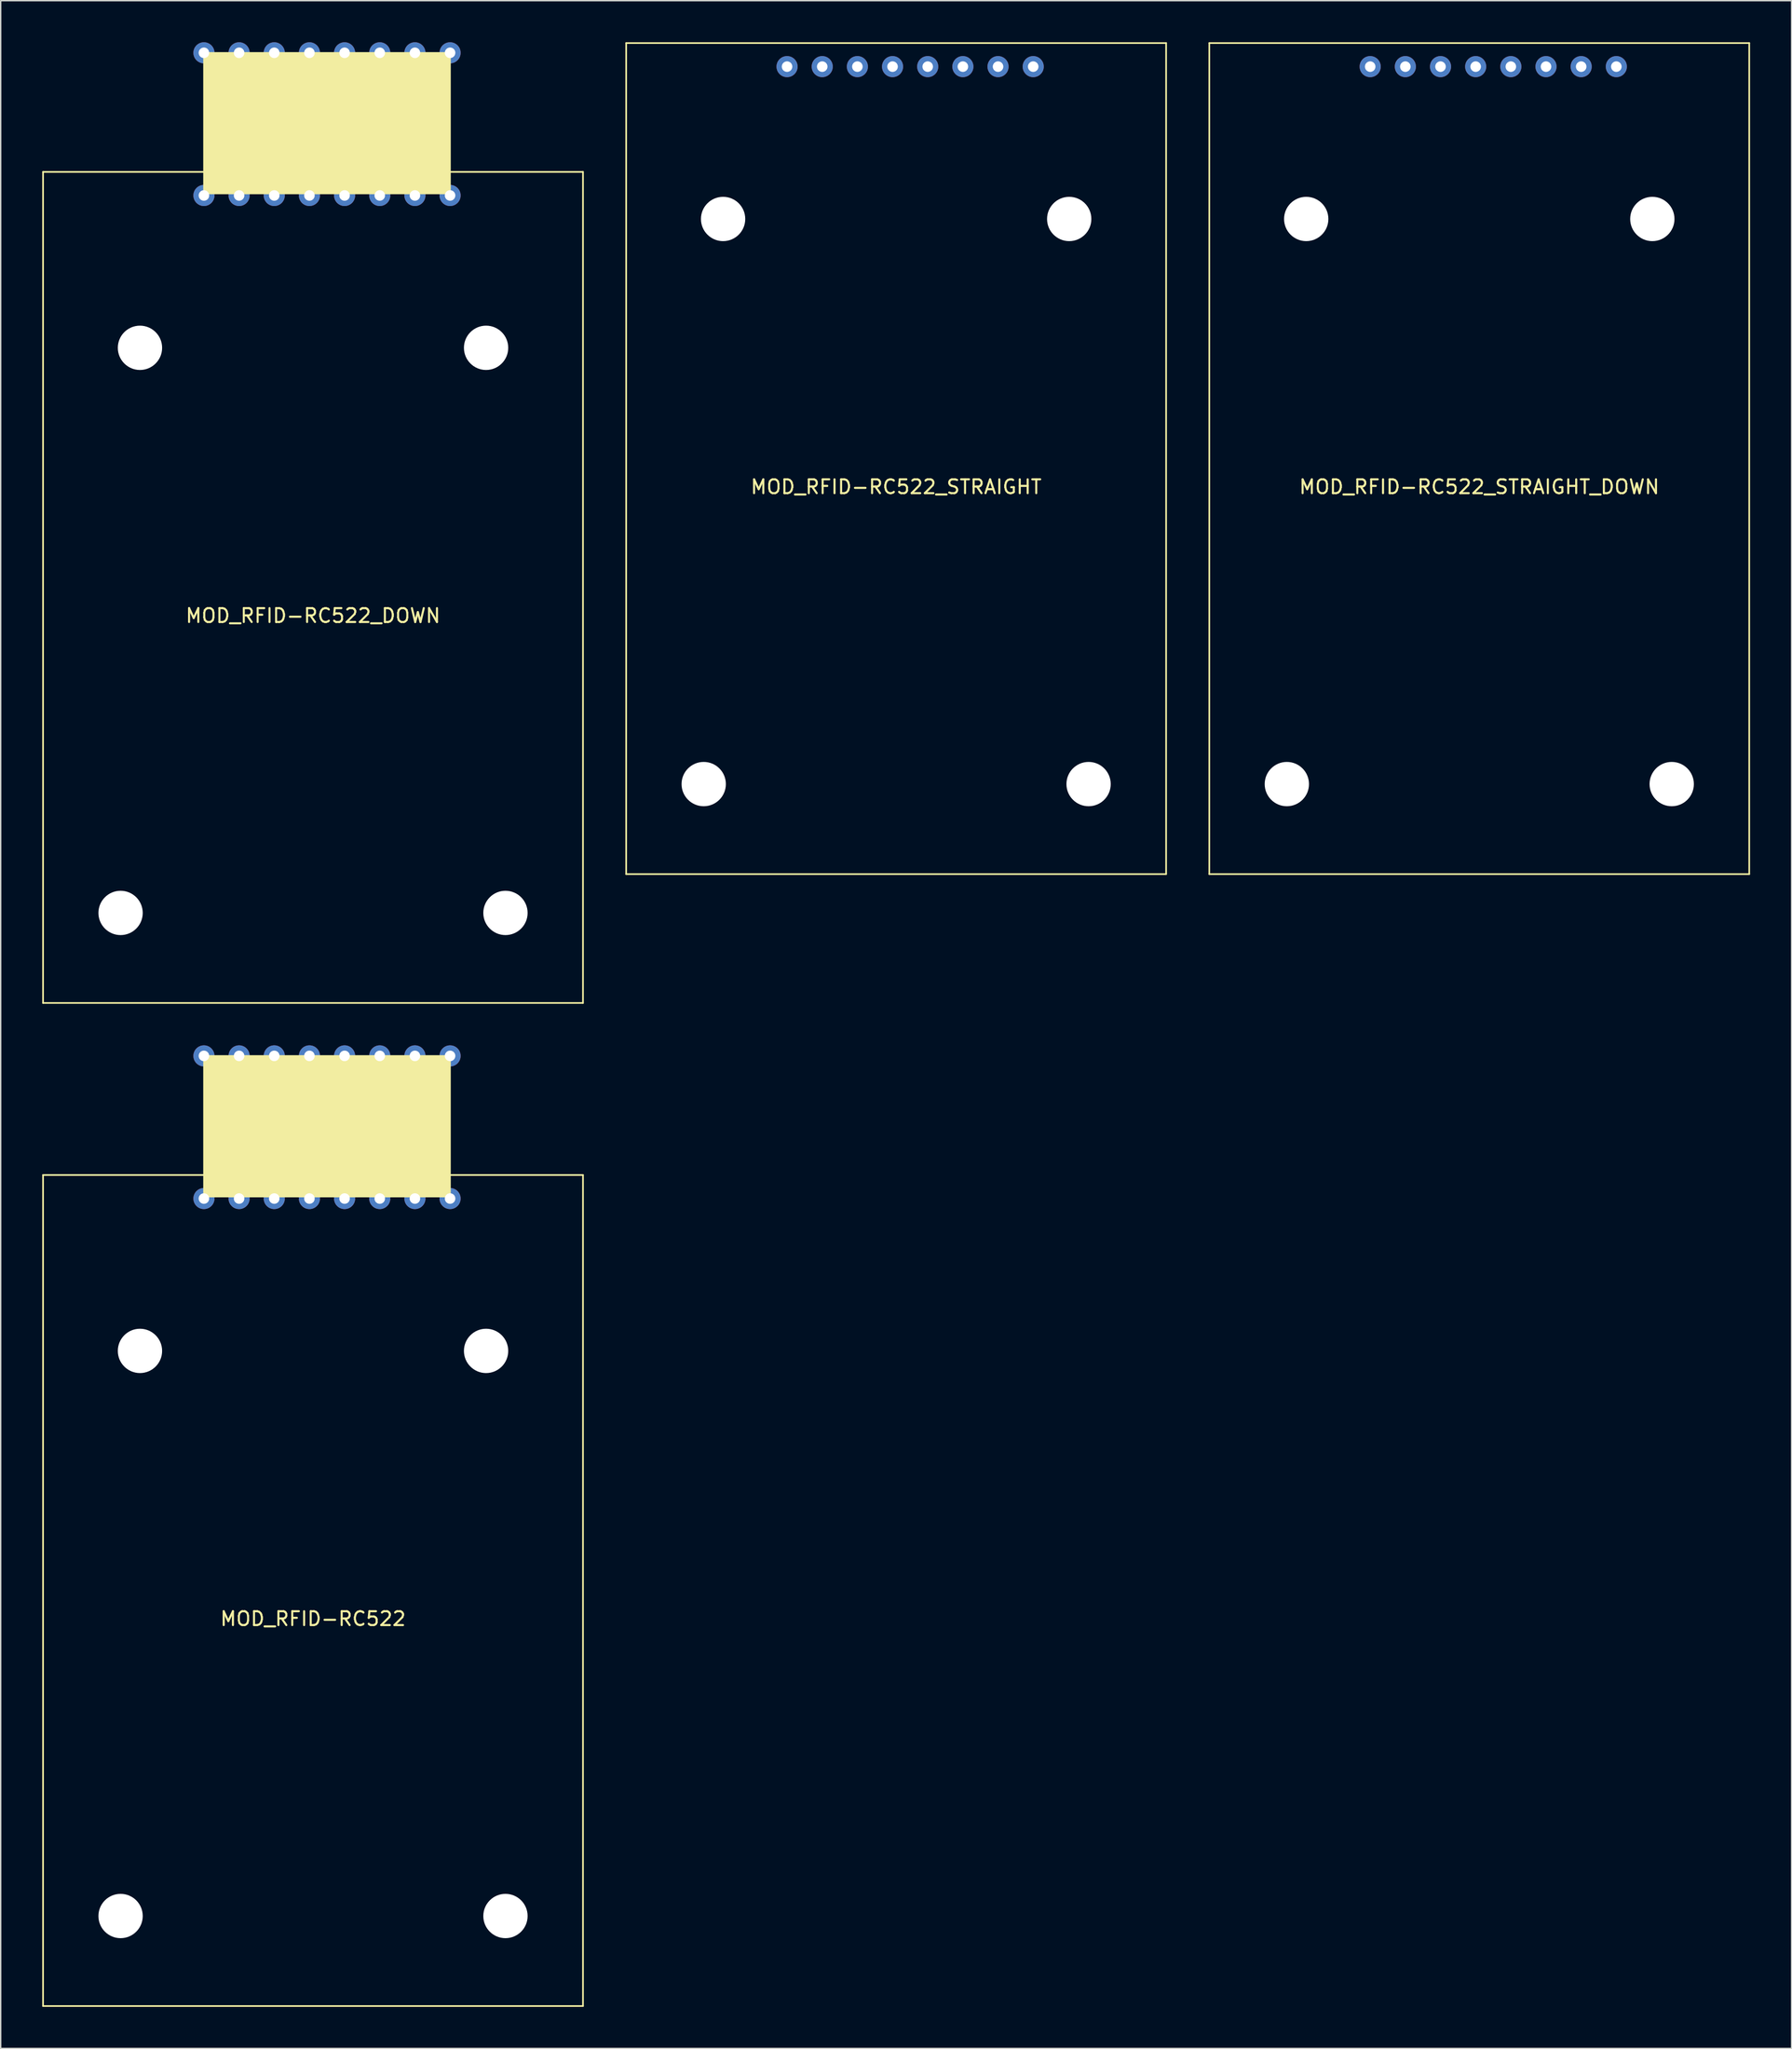
<source format=kicad_pcb>
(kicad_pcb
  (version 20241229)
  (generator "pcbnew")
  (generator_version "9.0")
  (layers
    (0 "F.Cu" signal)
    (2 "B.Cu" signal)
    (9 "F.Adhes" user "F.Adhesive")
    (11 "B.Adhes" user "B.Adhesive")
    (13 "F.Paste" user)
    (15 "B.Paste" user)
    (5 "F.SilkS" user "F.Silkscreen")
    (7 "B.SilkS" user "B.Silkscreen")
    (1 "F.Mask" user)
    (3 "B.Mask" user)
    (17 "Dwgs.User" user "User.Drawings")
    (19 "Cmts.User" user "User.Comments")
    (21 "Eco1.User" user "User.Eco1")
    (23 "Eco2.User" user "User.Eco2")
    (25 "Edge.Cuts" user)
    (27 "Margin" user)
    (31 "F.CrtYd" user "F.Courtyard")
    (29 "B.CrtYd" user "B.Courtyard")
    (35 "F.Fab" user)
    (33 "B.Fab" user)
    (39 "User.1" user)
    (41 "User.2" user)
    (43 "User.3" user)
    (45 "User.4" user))
  (footprint "MOD_RFID-RC522_STRAIGHT"
    (layer "F.Cu")
    (at 61.68 30.06)
    (property "Reference" "MOD_RFID-RC522_STRAIGHT" (at 0 2.04 0) (layer "F.SilkS") (effects (font (size 1 1) (thickness 0.15))))
    (attr through_hole)
    (fp_line (start -19.5 -30) (end 19.5 -30) (stroke (width 0.12) (type solid)) (layer "F.SilkS"))
    (fp_line (start -19.5 30) (end -19.5 -30) (stroke (width 0.12) (type solid)) (layer "F.SilkS"))
    (fp_line (start 19.5 -30) (end 19.5 30) (stroke (width 0.12) (type solid)) (layer "F.SilkS"))
    (fp_line (start 19.5 30) (end -19.5 30) (stroke (width 0.12) (type solid)) (layer "F.SilkS"))
    (pad "" np_thru_hole circle (at -13.9 23.5) (size 3.2 3.2) (drill 3.2) (layers "*.Cu" "*.Mask"))
    (pad "" np_thru_hole circle (at -12.5 -17.3) (size 3.2 3.2) (drill 3.2) (layers "*.Cu" "*.Mask"))
    (pad "" np_thru_hole circle (at 12.5 -17.3) (size 3.2 3.2) (drill 3.2) (layers "*.Cu" "*.Mask"))
    (pad "" np_thru_hole circle (at 13.9 23.5) (size 3.2 3.2) (drill 3.2) (layers "*.Cu" "*.Mask"))
    (pad "1" thru_hole circle (at 9.9 -28.3) (size 1.524 1.524) (drill 0.762) (layers "*.Cu" "*.Mask"))
    (pad "2" thru_hole circle (at 7.36 -28.3) (size 1.524 1.524) (drill 0.762) (layers "*.Cu" "*.Mask"))
    (pad "3" thru_hole circle (at 4.82 -28.3) (size 1.524 1.524) (drill 0.762) (layers "*.Cu" "*.Mask"))
    (pad "4" thru_hole circle (at 2.28 -28.3) (size 1.524 1.524) (drill 0.762) (layers "*.Cu" "*.Mask"))
    (pad "5" thru_hole circle (at -0.26 -28.3) (size 1.524 1.524) (drill 0.762) (layers "*.Cu" "*.Mask"))
    (pad "6" thru_hole circle (at -2.8 -28.3) (size 1.524 1.524) (drill 0.762) (layers "*.Cu" "*.Mask"))
    (pad "7" thru_hole circle (at -5.34 -28.3) (size 1.524 1.524) (drill 0.762) (layers "*.Cu" "*.Mask"))
    (pad "8" thru_hole circle (at -7.88 -28.3) (size 1.524 1.524) (drill 0.762) (layers "*.Cu" "*.Mask")))
  (footprint "MOD_RFID-RC522_STRAIGHT_DOWN"
    (layer "F.Cu")
    (at 103.8 30.06)
    (property "Reference" "MOD_RFID-RC522_STRAIGHT_DOWN" (at 0 2.04 0) (layer "F.SilkS") (effects (font (size 1 1) (thickness 0.15))))
    (attr through_hole)
    (fp_line (start -19.5 -30) (end 19.5 -30) (stroke (width 0.12) (type solid)) (layer "F.SilkS"))
    (fp_line (start -19.5 30) (end -19.5 -30) (stroke (width 0.12) (type solid)) (layer "F.SilkS"))
    (fp_line (start 19.5 -30) (end 19.5 30) (stroke (width 0.12) (type solid)) (layer "F.SilkS"))
    (fp_line (start 19.5 30) (end -19.5 30) (stroke (width 0.12) (type solid)) (layer "F.SilkS"))
    (pad "" np_thru_hole circle (at -13.9 23.5) (size 3.2 3.2) (drill 3.2) (layers "*.Cu" "*.Mask"))
    (pad "" np_thru_hole circle (at -12.5 -17.3) (size 3.2 3.2) (drill 3.2) (layers "*.Cu" "*.Mask"))
    (pad "" np_thru_hole circle (at 12.5 -17.3) (size 3.2 3.2) (drill 3.2) (layers "*.Cu" "*.Mask"))
    (pad "" np_thru_hole circle (at 13.9 23.5) (size 3.2 3.2) (drill 3.2) (layers "*.Cu" "*.Mask"))
    (pad "1" thru_hole circle (at 9.9 -28.3) (size 1.524 1.524) (drill 0.762) (layers "*.Cu" "*.Mask"))
    (pad "2" thru_hole circle (at 7.36 -28.3) (size 1.524 1.524) (drill 0.762) (layers "*.Cu" "*.Mask"))
    (pad "3" thru_hole circle (at 4.82 -28.3) (size 1.524 1.524) (drill 0.762) (layers "*.Cu" "*.Mask"))
    (pad "4" thru_hole circle (at 2.28 -28.3) (size 1.524 1.524) (drill 0.762) (layers "*.Cu" "*.Mask"))
    (pad "5" thru_hole circle (at -0.26 -28.3) (size 1.524 1.524) (drill 0.762) (layers "*.Cu" "*.Mask"))
    (pad "6" thru_hole circle (at -2.8 -28.3) (size 1.524 1.524) (drill 0.762) (layers "*.Cu" "*.Mask"))
    (pad "7" thru_hole circle (at -5.34 -28.3) (size 1.524 1.524) (drill 0.762) (layers "*.Cu" "*.Mask"))
    (pad "8" thru_hole circle (at -7.88 -28.3) (size 1.524 1.524) (drill 0.762) (layers "*.Cu" "*.Mask")))
  (footprint "MOD_RFID-RC522"
    (layer "F.Cu")
    (at 19.56 111.784)
    (property "Reference" "MOD_RFID-RC522" (at 0 2.04 0) (layer "F.SilkS") (effects (font (size 1 1) (thickness 0.15))))
    (attr through_hole)
    (fp_line (start -19.5 -30) (end 19.5 -30) (stroke (width 0.12) (type solid)) (layer "F.SilkS"))
    (fp_line (start -19.5 30) (end -19.5 -30) (stroke (width 0.12) (type solid)) (layer "F.SilkS"))
    (fp_line (start 19.5 -30) (end 19.5 30) (stroke (width 0.12) (type solid)) (layer "F.SilkS"))
    (fp_line (start 19.5 30) (end -19.5 30) (stroke (width 0.12) (type solid)) (layer "F.SilkS"))
    (fp_poly (pts (xy 9.9 -28.44) (xy -7.88 -28.44) (xy -7.88 -38.6) (xy 9.9 -38.6)) (stroke (width 0.1) (type solid)) (fill yes) (layer "F.SilkS"))
    (pad "" np_thru_hole circle (at -13.9 23.5) (size 3.2 3.2) (drill 3.2) (layers "*.Cu" "*.Mask"))
    (pad "" np_thru_hole circle (at -12.5 -17.3) (size 3.2 3.2) (drill 3.2) (layers "*.Cu" "*.Mask"))
    (pad "" np_thru_hole circle (at 12.5 -17.3) (size 3.2 3.2) (drill 3.2) (layers "*.Cu" "*.Mask"))
    (pad "" np_thru_hole circle (at 13.9 23.5) (size 3.2 3.2) (drill 3.2) (layers "*.Cu" "*.Mask"))
    (pad "1" thru_hole circle (at 9.9 -38.6) (size 1.524 1.524) (drill 0.762) (layers "*.Cu" "*.Mask"))
    (pad "1" thru_hole circle (at 9.9 -28.3) (size 1.524 1.524) (drill 0.762) (layers "*.Cu" "*.Mask"))
    (pad "2" thru_hole circle (at 7.36 -38.6) (size 1.524 1.524) (drill 0.762) (layers "*.Cu" "*.Mask"))
    (pad "2" thru_hole circle (at 7.36 -28.3) (size 1.524 1.524) (drill 0.762) (layers "*.Cu" "*.Mask"))
    (pad "3" thru_hole circle (at 4.82 -38.6) (size 1.524 1.524) (drill 0.762) (layers "*.Cu" "*.Mask"))
    (pad "3" thru_hole circle (at 4.82 -28.3) (size 1.524 1.524) (drill 0.762) (layers "*.Cu" "*.Mask"))
    (pad "4" thru_hole circle (at 2.28 -38.6) (size 1.524 1.524) (drill 0.762) (layers "*.Cu" "*.Mask"))
    (pad "4" thru_hole circle (at 2.28 -28.3) (size 1.524 1.524) (drill 0.762) (layers "*.Cu" "*.Mask"))
    (pad "5" thru_hole circle (at -0.26 -38.6) (size 1.524 1.524) (drill 0.762) (layers "*.Cu" "*.Mask"))
    (pad "5" thru_hole circle (at -0.26 -28.3) (size 1.524 1.524) (drill 0.762) (layers "*.Cu" "*.Mask"))
    (pad "6" thru_hole circle (at -2.8 -38.6) (size 1.524 1.524) (drill 0.762) (layers "*.Cu" "*.Mask"))
    (pad "6" thru_hole circle (at -2.8 -28.3) (size 1.524 1.524) (drill 0.762) (layers "*.Cu" "*.Mask"))
    (pad "7" thru_hole circle (at -5.34 -38.6) (size 1.524 1.524) (drill 0.762) (layers "*.Cu" "*.Mask"))
    (pad "7" thru_hole circle (at -5.34 -28.3) (size 1.524 1.524) (drill 0.762) (layers "*.Cu" "*.Mask"))
    (pad "8" thru_hole circle (at -7.88 -38.6) (size 1.524 1.524) (drill 0.762) (layers "*.Cu" "*.Mask"))
    (pad "8" thru_hole circle (at -7.88 -28.3) (size 1.524 1.524) (drill 0.762) (layers "*.Cu" "*.Mask")))
  (footprint "MOD_RFID-RC522_DOWN"
    (layer "F.Cu")
    (at 19.56 39.362)
    (property "Reference" "MOD_RFID-RC522_DOWN" (at 0 2.04 0) (layer "F.SilkS") (effects (font (size 1 1) (thickness 0.15))))
    (attr through_hole)
    (fp_line (start -19.5 -30) (end 19.5 -30) (stroke (width 0.12) (type solid)) (layer "F.SilkS"))
    (fp_line (start -19.5 30) (end -19.5 -30) (stroke (width 0.12) (type solid)) (layer "F.SilkS"))
    (fp_line (start 19.5 -30) (end 19.5 30) (stroke (width 0.12) (type solid)) (layer "F.SilkS"))
    (fp_line (start 19.5 30) (end -19.5 30) (stroke (width 0.12) (type solid)) (layer "F.SilkS"))
    (fp_poly (pts (xy 9.9 -28.44) (xy -7.88 -28.44) (xy -7.88 -38.6) (xy 9.9 -38.6)) (stroke (width 0.1) (type solid)) (fill yes) (layer "F.SilkS"))
    (pad "" np_thru_hole circle (at -13.9 23.5) (size 3.2 3.2) (drill 3.2) (layers "*.Cu" "*.Mask"))
    (pad "" np_thru_hole circle (at -12.5 -17.3) (size 3.2 3.2) (drill 3.2) (layers "*.Cu" "*.Mask"))
    (pad "" np_thru_hole circle (at 12.5 -17.3) (size 3.2 3.2) (drill 3.2) (layers "*.Cu" "*.Mask"))
    (pad "" np_thru_hole circle (at 13.9 23.5) (size 3.2 3.2) (drill 3.2) (layers "*.Cu" "*.Mask"))
    (pad "1" thru_hole circle (at 9.9 -38.6) (size 1.524 1.524) (drill 0.762) (layers "*.Cu" "*.Mask"))
    (pad "1" thru_hole circle (at 9.9 -28.3) (size 1.524 1.524) (drill 0.762) (layers "*.Cu" "*.Mask"))
    (pad "2" thru_hole circle (at 7.36 -38.6) (size 1.524 1.524) (drill 0.762) (layers "*.Cu" "*.Mask"))
    (pad "2" thru_hole circle (at 7.36 -28.3) (size 1.524 1.524) (drill 0.762) (layers "*.Cu" "*.Mask"))
    (pad "3" thru_hole circle (at 4.82 -38.6) (size 1.524 1.524) (drill 0.762) (layers "*.Cu" "*.Mask"))
    (pad "3" thru_hole circle (at 4.82 -28.3) (size 1.524 1.524) (drill 0.762) (layers "*.Cu" "*.Mask"))
    (pad "4" thru_hole circle (at 2.28 -38.6) (size 1.524 1.524) (drill 0.762) (layers "*.Cu" "*.Mask"))
    (pad "4" thru_hole circle (at 2.28 -28.3) (size 1.524 1.524) (drill 0.762) (layers "*.Cu" "*.Mask"))
    (pad "5" thru_hole circle (at -0.26 -38.6) (size 1.524 1.524) (drill 0.762) (layers "*.Cu" "*.Mask"))
    (pad "5" thru_hole circle (at -0.26 -28.3) (size 1.524 1.524) (drill 0.762) (layers "*.Cu" "*.Mask"))
    (pad "6" thru_hole circle (at -2.8 -38.6) (size 1.524 1.524) (drill 0.762) (layers "*.Cu" "*.Mask"))
    (pad "6" thru_hole circle (at -2.8 -28.3) (size 1.524 1.524) (drill 0.762) (layers "*.Cu" "*.Mask"))
    (pad "7" thru_hole circle (at -5.34 -38.6) (size 1.524 1.524) (drill 0.762) (layers "*.Cu" "*.Mask"))
    (pad "7" thru_hole circle (at -5.34 -28.3) (size 1.524 1.524) (drill 0.762) (layers "*.Cu" "*.Mask"))
    (pad "8" thru_hole circle (at -7.88 -38.6) (size 1.524 1.524) (drill 0.762) (layers "*.Cu" "*.Mask"))
    (pad "8" thru_hole circle (at -7.88 -28.3) (size 1.524 1.524) (drill 0.762) (layers "*.Cu" "*.Mask")))
  (gr_rect
    (start -3 -3)
    (end 126.36 144.844)
    (stroke (width 0.1) (type default))
    (fill no)
    (layer "Edge.Cuts")))
</source>
